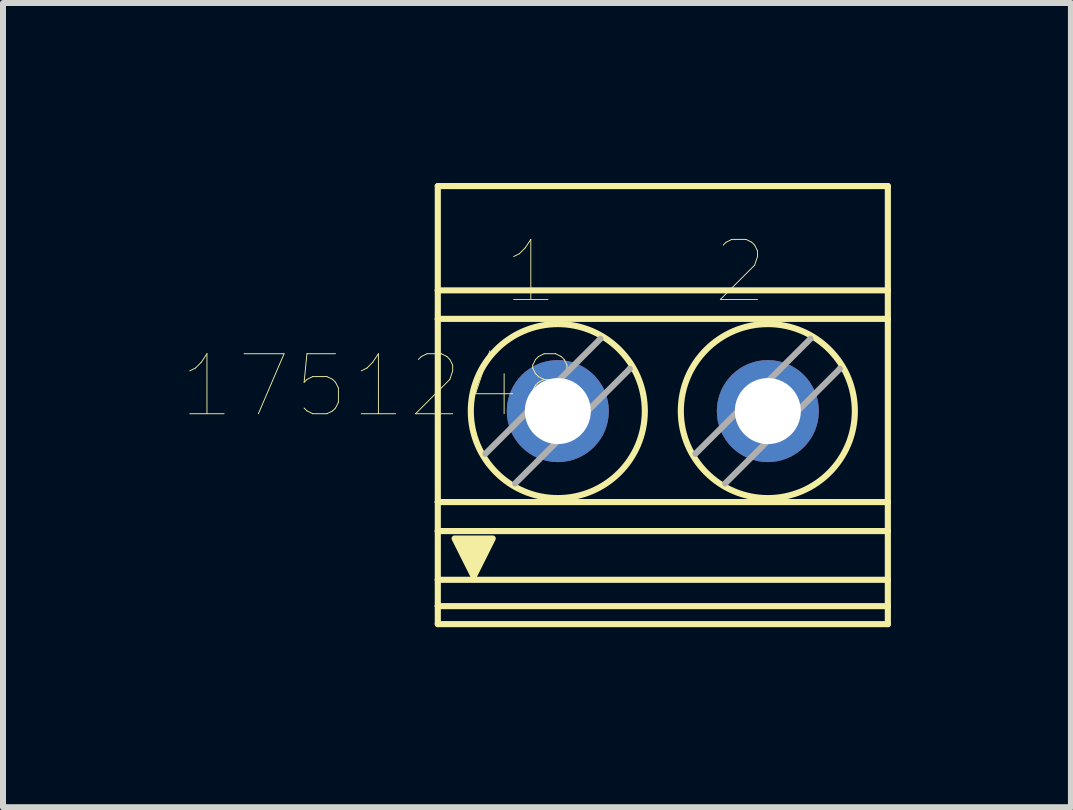
<source format=kicad_pcb>
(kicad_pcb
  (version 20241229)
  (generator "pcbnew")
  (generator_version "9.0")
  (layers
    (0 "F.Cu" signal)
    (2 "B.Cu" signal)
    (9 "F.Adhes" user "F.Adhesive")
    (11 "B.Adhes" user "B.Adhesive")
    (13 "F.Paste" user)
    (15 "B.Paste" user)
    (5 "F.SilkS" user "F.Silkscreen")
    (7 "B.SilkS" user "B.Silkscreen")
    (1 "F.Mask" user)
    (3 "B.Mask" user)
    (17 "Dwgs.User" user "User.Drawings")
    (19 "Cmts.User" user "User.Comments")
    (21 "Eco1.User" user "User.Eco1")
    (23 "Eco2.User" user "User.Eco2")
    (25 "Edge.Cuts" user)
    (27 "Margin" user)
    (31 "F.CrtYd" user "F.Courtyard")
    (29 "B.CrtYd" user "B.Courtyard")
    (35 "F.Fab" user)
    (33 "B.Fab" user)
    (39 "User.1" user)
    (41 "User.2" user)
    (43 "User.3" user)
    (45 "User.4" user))
  (footprint "1751248"
    (layer "F.Cu")
    (at 7.996 3.701)
    (property "Reference" "1751248" (at -4.74 -0.318 180) (layer "F.SilkS") (effects (font (size 1 1) (thickness 0.015))))
    (attr through_hole)
    (fp_line (start -3.75 -3.65) (end -3.75 -1.912) (stroke (width 0.102) (type solid)) (layer "F.SilkS"))
    (fp_line (start -3.75 -3.65) (end 3.75 -3.65) (stroke (width 0.102) (type solid)) (layer "F.SilkS"))
    (fp_line (start -3.75 -1.912) (end -3.75 -1.437) (stroke (width 0.102) (type solid)) (layer "F.SilkS"))
    (fp_line (start -3.75 -1.912) (end 3.75 -1.912) (stroke (width 0.102) (type solid)) (layer "F.SilkS"))
    (fp_line (start -3.75 1.616) (end -3.75 -1.437) (stroke (width 0.102) (type solid)) (layer "F.SilkS"))
    (fp_line (start -3.75 1.616) (end -3.75 2.099) (stroke (width 0.102) (type solid)) (layer "F.SilkS"))
    (fp_line (start -3.75 1.616) (end 3.75 1.616) (stroke (width 0.102) (type solid)) (layer "F.SilkS"))
    (fp_line (start -3.75 2.099) (end -3.75 2.911) (stroke (width 0.102) (type solid)) (layer "F.SilkS"))
    (fp_line (start -3.75 2.911) (end -3.75 3.35) (stroke (width 0.102) (type solid)) (layer "F.SilkS"))
    (fp_line (start -3.75 3.35) (end -3.75 3.65) (stroke (width 0.102) (type solid)) (layer "F.SilkS"))
    (fp_line (start -3.75 3.35) (end 3.75 3.35) (stroke (width 0.102) (type solid)) (layer "F.SilkS"))
    (fp_line (start -3.75 3.65) (end 3.75 3.65) (stroke (width 0.102) (type solid)) (layer "F.SilkS"))
    (fp_line (start -0.544 -0.611) (end -0.55 -0.605) (stroke (width 0.102) (type solid)) (layer "F.SilkS"))
    (fp_line (start 2.956 -0.611) (end 2.95 -0.605) (stroke (width 0.102) (type solid)) (layer "F.SilkS"))
    (fp_line (start 3.75 -3.65) (end 3.75 -1.912) (stroke (width 0.102) (type solid)) (layer "F.SilkS"))
    (fp_line (start 3.75 -1.437) (end -3.75 -1.437) (stroke (width 0.102) (type solid)) (layer "F.SilkS"))
    (fp_line (start 3.75 -1.437) (end 3.75 -1.912) (stroke (width 0.102) (type solid)) (layer "F.SilkS"))
    (fp_line (start 3.75 1.616) (end 3.75 -1.437) (stroke (width 0.102) (type solid)) (layer "F.SilkS"))
    (fp_line (start 3.75 1.616) (end 3.75 2.099) (stroke (width 0.102) (type solid)) (layer "F.SilkS"))
    (fp_line (start 3.75 2.099) (end -3.75 2.099) (stroke (width 0.102) (type solid)) (layer "F.SilkS"))
    (fp_line (start 3.75 2.099) (end 3.75 2.911) (stroke (width 0.102) (type solid)) (layer "F.SilkS"))
    (fp_line (start 3.75 2.911) (end -3.75 2.911) (stroke (width 0.102) (type solid)) (layer "F.SilkS"))
    (fp_line (start 3.75 2.911) (end 3.75 3.35) (stroke (width 0.102) (type solid)) (layer "F.SilkS"))
    (fp_line (start 3.75 3.35) (end 3.75 3.65) (stroke (width 0.102) (type solid)) (layer "F.SilkS"))
    (fp_circle (center -1.75 0.1) (end -0.3 0.1) (stroke (width 0.102) (type solid)) (fill no) (layer "F.SilkS"))
    (fp_circle (center 1.75 0.1) (end 3.2 0.1) (stroke (width 0.102) (type solid)) (fill no) (layer "F.SilkS"))
    (fp_poly (pts (xy -3.152 2.857) (xy -3.47 2.223) (xy -2.835 2.223)) (stroke (width 0.102) (type solid)) (fill yes) (layer "F.SilkS"))
    (fp_line (start -2.956 0.811) (end -1.039 -1.106) (stroke (width 0.102) (type solid)) (layer "F.Fab"))
    (fp_line (start -0.55 -0.605) (end -2.461 1.306) (stroke (width 0.102) (type solid)) (layer "F.Fab"))
    (fp_line (start 0.544 0.811) (end 2.461 -1.106) (stroke (width 0.102) (type solid)) (layer "F.Fab"))
    (fp_line (start 2.95 -0.605) (end 1.039 1.306) (stroke (width 0.102) (type solid)) (layer "F.Fab"))
    (fp_text user "2" (at 1.292 -2.223 0) (layer "F.SilkS") (effects (font (size 1 1) (thickness 0.015))))
    (fp_text user "1" (at -2.2 -2.223 0) (layer "F.SilkS") (effects (font (size 1 1) (thickness 0.015))))
    (pad "1" thru_hole circle (at -1.75 0.1) (size 1.7 1.7) (drill 1.1) (layers "*.Cu" "*.Mask"))
    (pad "2" thru_hole circle (at 1.75 0.1) (size 1.7 1.7) (drill 1.1) (layers "*.Cu" "*.Mask")))
  (gr_rect
    (start -3 -3)
    (end 14.797 10.402)
    (stroke (width 0.1) (type default))
    (fill no)
    (layer "Edge.Cuts")))
</source>
